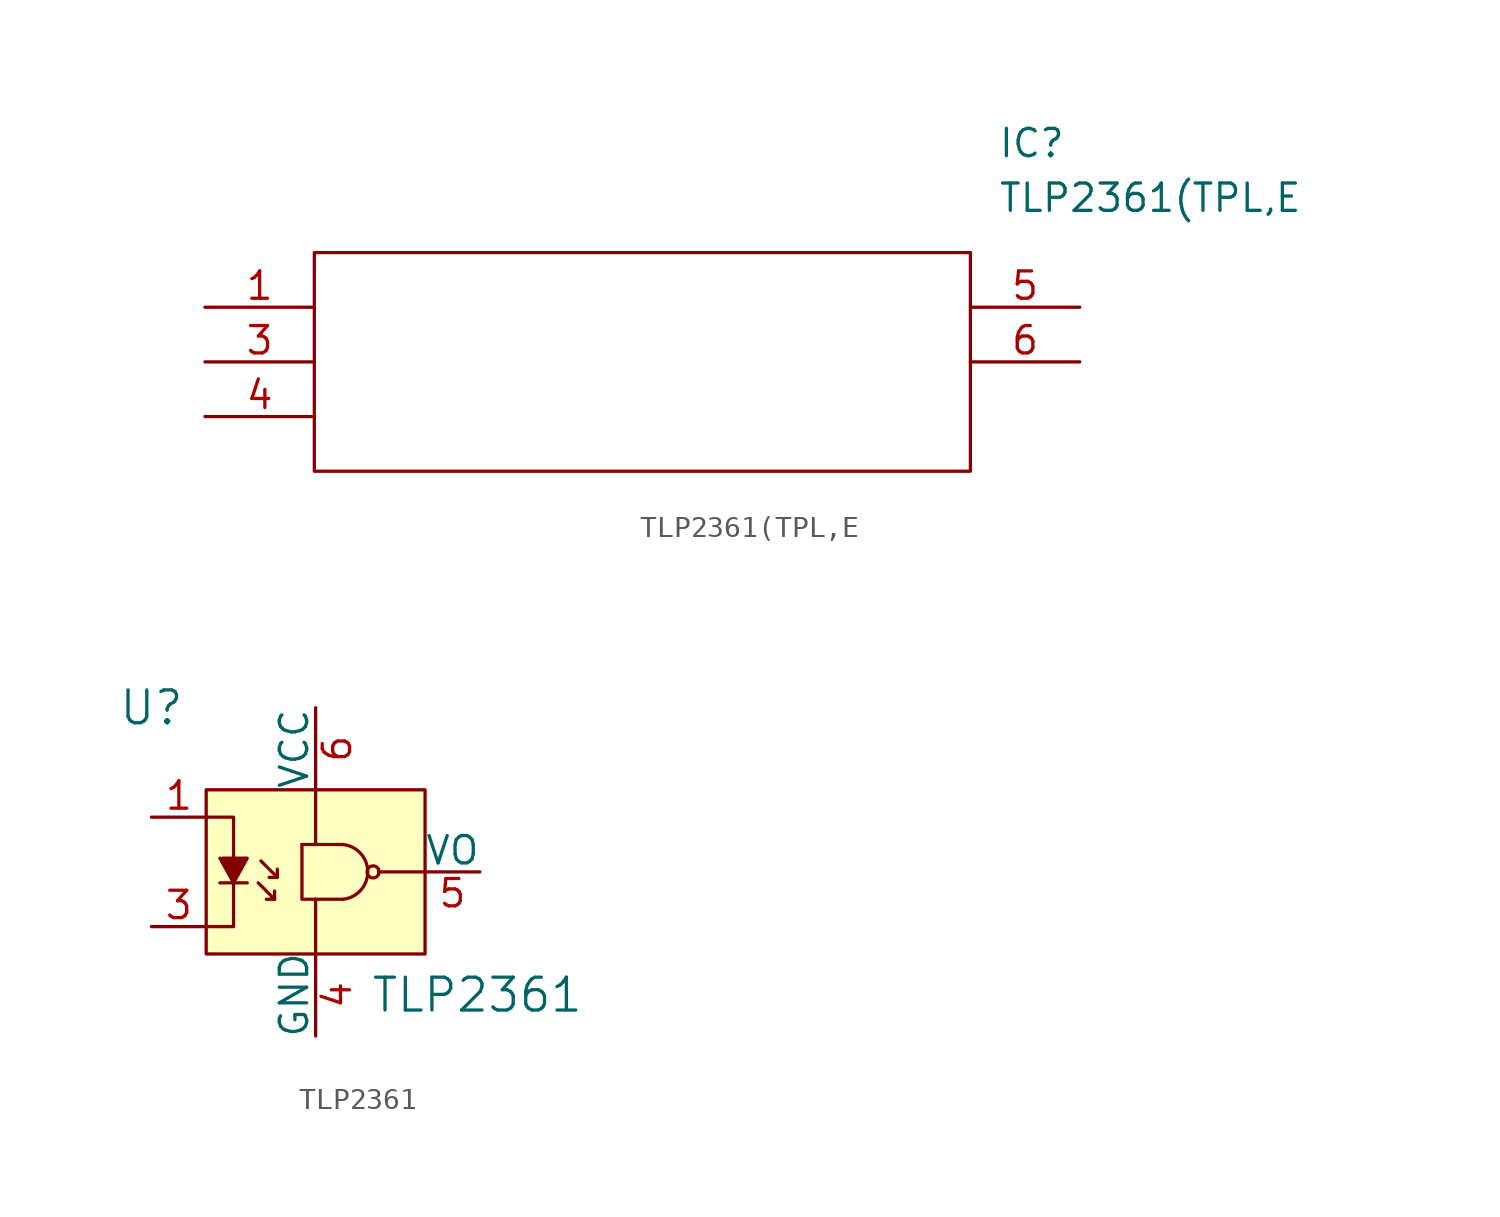
<source format=kicad_sym>
(kicad_symbol_lib
  (version 20211014)
  (generator kicad_symbol_editor)
  (symbol "TLP2361(TPL,E"
    (pin_names
      (offset 0.762))
    (property "Reference" "IC"
      (at 36.83 7.62 0)
      (effects (font (size 1.27 1.27)) (justify left)))
    (property "Value" "TLP2361(TPL,E"
      (at 36.83 5.08 0)
      (effects (font (size 1.27 1.27)) (justify left)))
    (symbol "TLP2361(TPL,E_0_0"
      (pin bidirectional line (at 0 0 0) (length 5.08) (name "~" (effects (font (size 1.27 1.27)))) (number "1" (effects (font (size 1.27 1.27)))))
      (pin bidirectional line (at 0 -2.54 0) (length 5.08) (name "~" (effects (font (size 1.27 1.27)))) (number "3" (effects (font (size 1.27 1.27)))))
      (pin bidirectional line (at 0 -5.08 0) (length 5.08) (name "~" (effects (font (size 1.27 1.27)))) (number "4" (effects (font (size 1.27 1.27)))))
      (pin bidirectional line (at 40.64 0 180) (length 5.08) (name "~" (effects (font (size 1.27 1.27)))) (number "5" (effects (font (size 1.27 1.27)))))
      (pin bidirectional line (at 40.64 -2.54 180) (length 5.08) (name "~" (effects (font (size 1.27 1.27)))) (number "6" (effects (font (size 1.27 1.27))))))
    (symbol "TLP2361(TPL,E_0_1"
      (polyline (pts (xy 5.08 2.54) (xy 35.56 2.54) (xy 35.56 -7.62) (xy 5.08 -7.62) (xy 5.08 2.54)) (stroke (width 0.152) (type default) (color 0 0 0 0)) (fill (type none)))))
  (symbol "TLP2361"
    (pin_names
      (offset 0))
    (property "Reference" "U"
      (at -7.62 7.62 0)
      (effects (font (size 1.524 1.524))))
    (property "Value" "TLP2361"
      (at 2.54 -5.715 0)
      (effects (font (size 1.524 1.524)) (justify left)))
    (symbol "TLP2361_0_1"
      (rectangle (start -5.08 3.81) (end 5.08 -3.81) (stroke (width 0) (type default) (color 0 0 0 0)) (fill (type background)))
      (polyline (pts (xy -4.445 -0.508) (xy -3.175 -0.508)) (stroke (width 0) (type default) (color 0 0 0 0)) (fill (type none)))
      (polyline (pts (xy -1.905 -1.27) (xy -1.905 -0.889)) (stroke (width 0) (type default) (color 0 0 0 0)) (fill (type none)))
      (polyline (pts (xy -1.778 -0.254) (xy -2.159 -0.254)) (stroke (width 0) (type default) (color 0 0 0 0)) (fill (type none)))
      (polyline (pts (xy -0.635 1.27) (xy 1.27 1.27)) (stroke (width 0) (type default) (color 0 0 0 0)) (fill (type none)))
      (polyline (pts (xy 0 -3.81) (xy 0 -1.27)) (stroke (width 0) (type default) (color 0 0 0 0)) (fill (type none)))
      (polyline (pts (xy 0 3.81) (xy 0 1.27)) (stroke (width 0) (type default) (color 0 0 0 0)) (fill (type none)))
      (polyline (pts (xy 2.921 0) (xy 5.08 0)) (stroke (width 0) (type default) (color 0 0 0 0)) (fill (type none)))
      (polyline (pts (xy -5.08 -2.54) (xy -3.81 -2.54) (xy -3.81 -0.254)) (stroke (width 0) (type default) (color 0 0 0 0)) (fill (type none)))
      (polyline (pts (xy -5.08 2.54) (xy -3.81 2.54) (xy -3.81 0.508)) (stroke (width 0) (type default) (color 0 0 0 0)) (fill (type none)))
      (polyline (pts (xy -2.667 -0.508) (xy -1.905 -1.27) (xy -2.286 -1.27)) (stroke (width 0) (type default) (color 0 0 0 0)) (fill (type none)))
      (polyline (pts (xy -2.54 0.508) (xy -1.778 -0.254) (xy -1.778 0.127)) (stroke (width 0) (type default) (color 0 0 0 0)) (fill (type none)))
      (polyline (pts (xy -0.635 1.27) (xy -0.635 -1.27) (xy 1.27 -1.27)) (stroke (width 0) (type default) (color 0 0 0 0)) (fill (type none)))
      (polyline (pts (xy -4.318 0.635) (xy -3.175 0.635) (xy -3.81 -0.508) (xy -4.445 0.635)) (stroke (width 0) (type default) (color 0 0 0 0)) (fill (type outline)))
      (arc (start 1.27 -1.27) (mid 2.4193 0) (end 1.27 1.27) (stroke (width 0) (type default) (color 0 0 0 0)) (fill (type none)))
      (circle (center 2.667 0) (radius 0.279) (stroke (width 0) (type default) (color 0 0 0 0)) (fill (type none))))
    (symbol "TLP2361_1_1"
      (pin passive line (at -7.62 2.54 0) (length 2.54) (name "~" (effects (font (size 1.27 1.27)))) (number "1" (effects (font (size 1.27 1.27)))))
      (pin passive line (at -7.62 -2.54 0) (length 2.54) (name "~" (effects (font (size 1.27 1.27)))) (number "3" (effects (font (size 1.27 1.27)))))
      (pin power_in line (at 0 -7.62 90) (length 3.81) (name "GND" (effects (font (size 1.27 1.27)))) (number "4" (effects (font (size 1.27 1.27)))))
      (pin output line (at 7.62 0 180) (length 2.54) (name "VO" (effects (font (size 1.27 1.27)))) (number "5" (effects (font (size 1.27 1.27)))))
      (pin power_in line (at 0 7.62 270) (length 3.81) (name "VCC" (effects (font (size 1.27 1.27)))) (number "6" (effects (font (size 1.27 1.27))))))))
</source>
